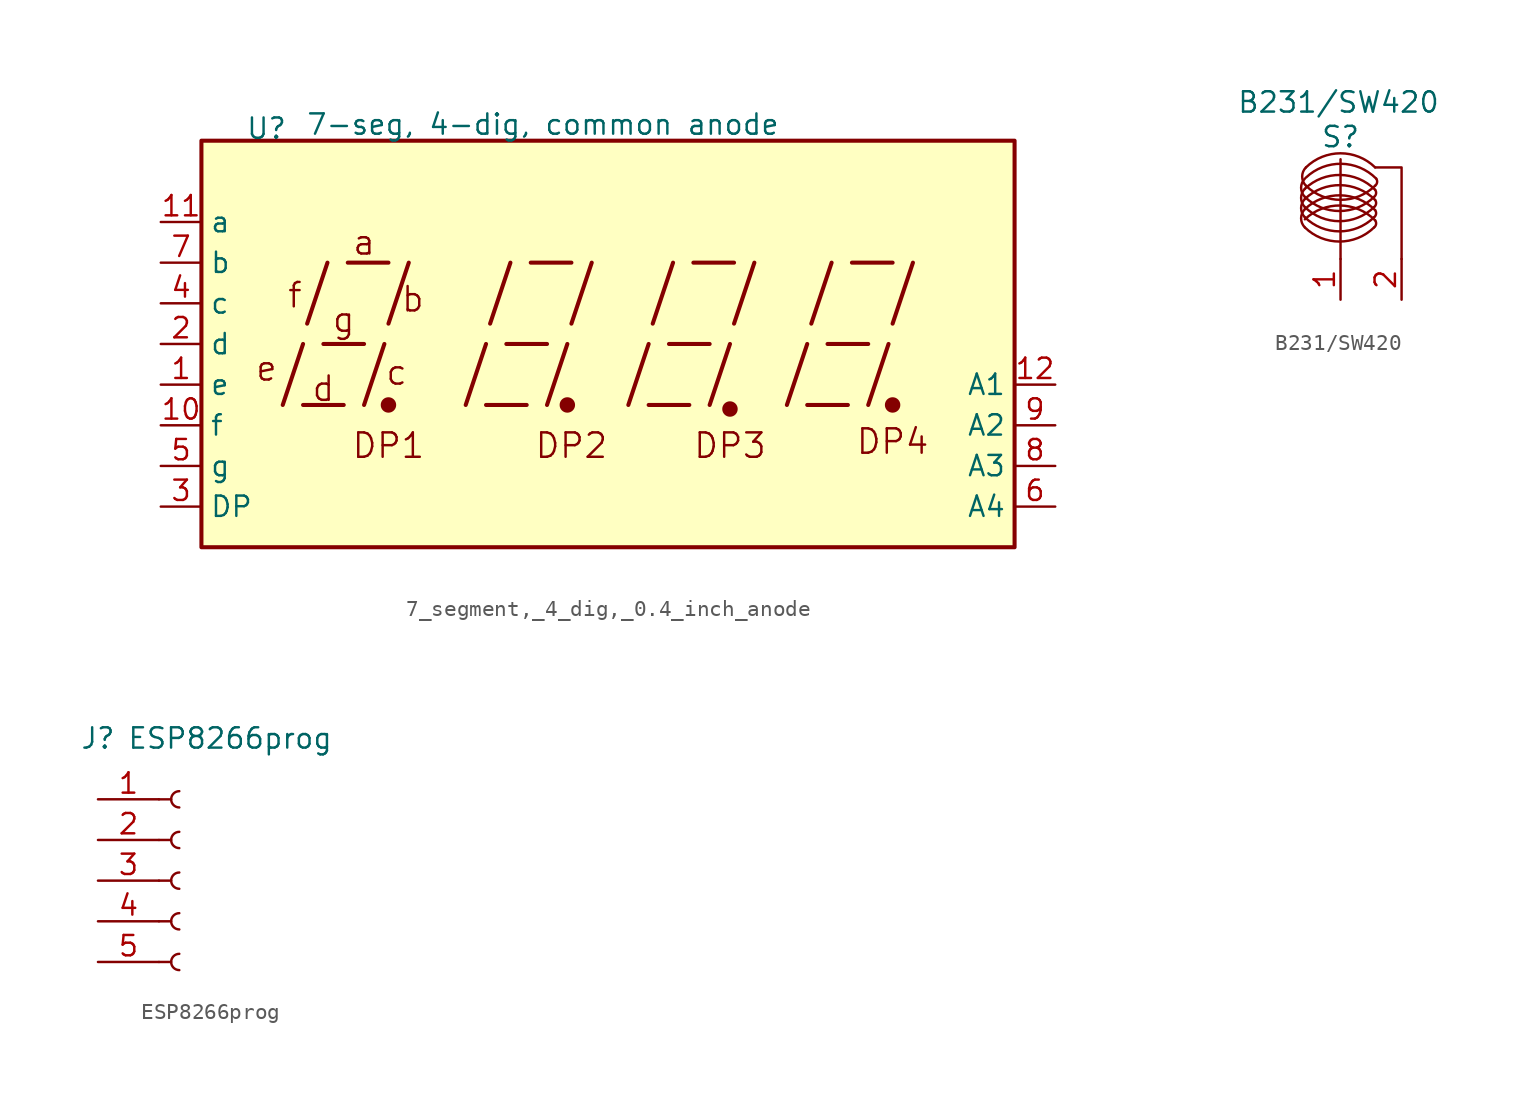
<source format=kicad_sym>
(kicad_symbol_lib
  (version 20231120)
  (generator "kicad_symbol_editor")
  (generator_version "8.0")
  (symbol "7_segment,_4_dig,_0.4_inch_anode"
    (property "Reference" "U"
      (at -21.336 13.462 0)
      (effects (font (size 1.27 1.27))))
    (property "Value" "7-seg, 4-dig, common anode"
      (at -4.064 13.716 0)
      (effects (font (size 1.27 1.27))))
    (symbol "7_segment,_4_dig,_0.4_inch_anode_0_0"
      (rectangle (start -25.4 12.7) (end 25.4 -12.7) (stroke (width 0.254) (type default)) (fill (type background)))
      (polyline (pts (xy -20.32 -3.81) (xy -19.05 0)) (stroke (width 0.254) (type default)) (fill (type none)))
      (polyline (pts (xy -19.05 -3.81) (xy -16.51 -3.81)) (stroke (width 0.254) (type default)) (fill (type none)))
      (polyline (pts (xy -18.796 1.27) (xy -17.526 5.08)) (stroke (width 0.254) (type default)) (fill (type none)))
      (polyline (pts (xy -17.78 0) (xy -15.24 0)) (stroke (width 0.254) (type default)) (fill (type none)))
      (polyline (pts (xy -16.256 5.08) (xy -13.716 5.08)) (stroke (width 0.254) (type default)) (fill (type none)))
      (polyline (pts (xy -15.24 -3.81) (xy -13.97 0)) (stroke (width 0.254) (type default)) (fill (type none)))
      (polyline (pts (xy -13.716 1.27) (xy -12.446 5.08)) (stroke (width 0.254) (type default)) (fill (type none)))
      (polyline (pts (xy -8.89 -3.81) (xy -7.62 0)) (stroke (width 0.254) (type default)) (fill (type none)))
      (polyline (pts (xy -7.62 -3.81) (xy -5.08 -3.81)) (stroke (width 0.254) (type default)) (fill (type none)))
      (polyline (pts (xy -7.366 1.27) (xy -6.096 5.08)) (stroke (width 0.254) (type default)) (fill (type none)))
      (polyline (pts (xy -6.35 0) (xy -3.81 0)) (stroke (width 0.254) (type default)) (fill (type none)))
      (polyline (pts (xy -4.826 5.08) (xy -2.286 5.08)) (stroke (width 0.254) (type default)) (fill (type none)))
      (polyline (pts (xy -3.81 -3.81) (xy -2.54 0)) (stroke (width 0.254) (type default)) (fill (type none)))
      (polyline (pts (xy -2.286 1.27) (xy -1.016 5.08)) (stroke (width 0.254) (type default)) (fill (type none)))
      (polyline (pts (xy 1.27 -3.81) (xy 2.54 0)) (stroke (width 0.254) (type default)) (fill (type none)))
      (polyline (pts (xy 2.54 -3.81) (xy 5.08 -3.81)) (stroke (width 0.254) (type default)) (fill (type none)))
      (polyline (pts (xy 2.794 1.27) (xy 4.064 5.08)) (stroke (width 0.254) (type default)) (fill (type none)))
      (polyline (pts (xy 3.81 0) (xy 6.35 0)) (stroke (width 0.254) (type default)) (fill (type none)))
      (polyline (pts (xy 5.334 5.08) (xy 7.874 5.08)) (stroke (width 0.254) (type default)) (fill (type none)))
      (polyline (pts (xy 6.35 -3.81) (xy 7.62 0)) (stroke (width 0.254) (type default)) (fill (type none)))
      (polyline (pts (xy 7.874 1.27) (xy 9.144 5.08)) (stroke (width 0.254) (type default)) (fill (type none)))
      (polyline (pts (xy 11.176 -3.81) (xy 12.446 0)) (stroke (width 0.254) (type default)) (fill (type none)))
      (polyline (pts (xy 12.446 -3.81) (xy 14.986 -3.81)) (stroke (width 0.254) (type default)) (fill (type none)))
      (polyline (pts (xy 12.7 1.27) (xy 13.97 5.08)) (stroke (width 0.254) (type default)) (fill (type none)))
      (polyline (pts (xy 13.716 0) (xy 16.256 0)) (stroke (width 0.254) (type default)) (fill (type none)))
      (polyline (pts (xy 15.24 5.08) (xy 17.78 5.08)) (stroke (width 0.254) (type default)) (fill (type none)))
      (polyline (pts (xy 16.256 -3.81) (xy 17.526 0)) (stroke (width 0.254) (type default)) (fill (type none)))
      (polyline (pts (xy 17.78 1.27) (xy 19.05 5.08)) (stroke (width 0.254) (type default)) (fill (type none)))
      (text "a" (at -15.24 6.35 0) (effects (font (size 1.524 1.524))))
      (text "b" (at -12.192 2.794 0) (effects (font (size 1.524 1.524))))
      (text "c" (at -13.208 -1.778 0) (effects (font (size 1.524 1.524))))
      (text "d" (at -17.78 -2.794 0) (effects (font (size 1.524 1.524))))
      (text "DP1" (at -13.716 -6.35 0) (effects (font (size 1.524 1.524))))
      (text "DP2" (at -2.286 -6.35 0) (effects (font (size 1.524 1.524))))
      (text "DP3" (at 7.62 -6.35 0) (effects (font (size 1.524 1.524))))
      (text "DP4" (at 17.78 -6.096 0) (effects (font (size 1.524 1.524))))
      (text "e" (at -21.336 -1.524 0) (effects (font (size 1.524 1.524))))
      (text "f" (at -19.558 3.048 0) (effects (font (size 1.524 1.524))))
      (text "g" (at -16.51 1.524 0) (effects (font (size 1.524 1.524)))))
    (symbol "7_segment,_4_dig,_0.4_inch_anode_0_1"
      (circle (center -13.716 -3.81) (radius 0.356) (stroke (width 0.254) (type default)) (fill (type outline)))
      (circle (center -2.54 -3.81) (radius 0.356) (stroke (width 0.254) (type default)) (fill (type outline))))
    (symbol "7_segment,_4_dig,_0.4_inch_anode_1_0"
      (circle (center 7.62 -4.064) (radius 0.356) (stroke (width 0.254) (type default)) (fill (type outline)))
      (circle (center 17.78 -3.81) (radius 0.356) (stroke (width 0.254) (type default)) (fill (type outline))))
    (symbol "7_segment,_4_dig,_0.4_inch_anode_1_1"
      (pin input line (at -27.94 -2.54 0) (length 2.54) (name "e" (effects (font (size 1.27 1.27)))) (number "1" (effects (font (size 1.27 1.27)))))
      (pin input line (at -27.94 -5.08 0) (length 2.54) (name "f" (effects (font (size 1.27 1.27)))) (number "10" (effects (font (size 1.27 1.27)))))
      (pin input line (at -27.94 7.62 0) (length 2.54) (name "a" (effects (font (size 1.27 1.27)))) (number "11" (effects (font (size 1.27 1.27)))))
      (pin input line (at 27.94 -2.54 180) (length 2.54) (name "A1" (effects (font (size 1.27 1.27)))) (number "12" (effects (font (size 1.27 1.27)))))
      (pin input line (at -27.94 0 0) (length 2.54) (name "d" (effects (font (size 1.27 1.27)))) (number "2" (effects (font (size 1.27 1.27)))))
      (pin input line (at -27.94 -10.16 0) (length 2.54) (name "DP" (effects (font (size 1.27 1.27)))) (number "3" (effects (font (size 1.27 1.27)))))
      (pin input line (at -27.94 2.54 0) (length 2.54) (name "c" (effects (font (size 1.27 1.27)))) (number "4" (effects (font (size 1.27 1.27)))))
      (pin input line (at -27.94 -7.62 0) (length 2.54) (name "g" (effects (font (size 1.27 1.27)))) (number "5" (effects (font (size 1.27 1.27)))))
      (pin input line (at 27.94 -10.16 180) (length 2.54) (name "A4" (effects (font (size 1.27 1.27)))) (number "6" (effects (font (size 1.27 1.27)))))
      (pin input line (at -27.94 5.08 0) (length 2.54) (name "b" (effects (font (size 1.27 1.27)))) (number "7" (effects (font (size 1.27 1.27)))))
      (pin input line (at 27.94 -7.62 180) (length 2.54) (name "A3" (effects (font (size 1.27 1.27)))) (number "8" (effects (font (size 1.27 1.27)))))
      (pin input line (at 27.94 -5.08 180) (length 2.54) (name "A2" (effects (font (size 1.27 1.27)))) (number "9" (effects (font (size 1.27 1.27)))))))
  (symbol "B231/SW420"
    (property "Reference" "S"
      (at 0 0 0)
      (effects (font (size 1.27 1.27))))
    (property "Value" "B231/SW420"
      (at -0.127 2.159 0)
      (effects (font (size 1.27 1.27))))
    (symbol "B231/SW420_0_1"
      (arc (start -2.2253 -5.6515) (mid -0.0663 -6.5316) (end 2.0927 -5.6515) (stroke (width 0) (type default)) (fill (type none)))
      (arc (start -2.2253 -5.0165) (mid -0.0663 -5.8966) (end 2.0927 -5.0165) (stroke (width 0) (type default)) (fill (type none)))
      (arc (start -2.2253 -4.5085) (mid -2.4612 -5.08) (end -2.2253 -5.6515) (stroke (width 0) (type default)) (fill (type none)))
      (arc (start -2.2253 -4.3815) (mid -0.0663 -5.2616) (end 2.0927 -4.3815) (stroke (width 0) (type default)) (fill (type none)))
      (arc (start -2.2253 -3.8735) (mid -2.4612 -4.445) (end -2.2253 -5.0165) (stroke (width 0) (type default)) (fill (type none)))
      (arc (start -2.2253 -3.7465) (mid -0.0663 -4.6266) (end 2.0927 -3.7465) (stroke (width 0) (type default)) (fill (type none)))
      (arc (start -2.2253 -3.2385) (mid -2.4612 -3.81) (end -2.2253 -4.3815) (stroke (width 0) (type default)) (fill (type none)))
      (arc (start -2.2253 -2.6035) (mid -2.4612 -3.175) (end -2.2253 -3.7465) (stroke (width 0) (type default)) (fill (type none)))
      (arc (start -2.159 -3.048) (mid 0 -3.9281) (end 2.159 -3.048) (stroke (width 0) (type default)) (fill (type none)))
      (arc (start -2.159 -1.905) (mid -2.3949 -2.4765) (end -2.159 -3.048) (stroke (width 0) (type default)) (fill (type none)))
      (polyline (pts (xy 0 -7.62) (xy 0 -1.397)) (stroke (width 0) (type default)) (fill (type none)))
      (polyline (pts (xy 3.81 -7.62) (xy 3.81 -1.905) (xy 2.159 -1.905)) (stroke (width 0) (type default)) (fill (type none)))
      (arc (start 2.0927 -5.6515) (mid 2.218 -5.4429) (end 2.159 -5.207) (stroke (width 0) (type default)) (fill (type none)))
      (arc (start 2.0927 -5.0165) (mid 2.218 -4.8079) (end 2.159 -4.572) (stroke (width 0) (type default)) (fill (type none)))
      (arc (start 2.0927 -4.3815) (mid 2.218 -4.1729) (end 2.159 -3.937) (stroke (width 0) (type default)) (fill (type none)))
      (arc (start 2.0927 -3.7465) (mid 2.218 -3.5379) (end 2.159 -3.302) (stroke (width 0) (type default)) (fill (type none)))
      (arc (start 2.159 -5.207) (mid -0.0202 -4.2819) (end -2.2253 -5.1435) (stroke (width 0) (type default)) (fill (type none)))
      (arc (start 2.159 -4.572) (mid -0.0202 -3.6469) (end -2.2253 -4.5085) (stroke (width 0) (type default)) (fill (type none)))
      (arc (start 2.159 -3.937) (mid -0.0202 -3.0119) (end -2.2253 -3.8735) (stroke (width 0) (type default)) (fill (type none)))
      (arc (start 2.159 -3.302) (mid -0.0202 -2.3769) (end -2.2253 -3.2385) (stroke (width 0) (type default)) (fill (type none)))
      (arc (start 2.159 -3.048) (mid 2.284 -2.8394) (end 2.2253 -2.6035) (stroke (width 0) (type default)) (fill (type none)))
      (arc (start 2.159 -1.905) (mid 0 -1.0241) (end -2.159 -1.905) (stroke (width 0) (type default)) (fill (type none)))
      (arc (start 2.2253 -2.6035) (mid 0.0461 -1.6784) (end -2.159 -2.54) (stroke (width 0) (type default)) (fill (type none))))
    (symbol "B231/SW420_1_1"
      (pin passive line (at 0 -10.16 90) (length 2.54) (name "" (effects (font (size 1.27 1.27)))) (number "1" (effects (font (size 1.27 1.27)))))
      (pin passive line (at 3.81 -10.16 90) (length 2.54) (name "" (effects (font (size 1.27 1.27)))) (number "2" (effects (font (size 1.27 1.27)))))))
  (symbol "ESP8266prog"
    (property "Reference" "J"
      (at 0 8.89 0)
      (effects (font (size 1.27 1.27))))
    (property "Value" "ESP8266prog"
      (at 8.255 8.89 0)
      (effects (font (size 1.27 1.27))))
    (symbol "ESP8266prog_1_1"
      (polyline (pts (xy 3.81 -5.08) (xy 4.572 -5.08)) (stroke (width 0.152) (type default)) (fill (type none)))
      (polyline (pts (xy 3.81 -2.54) (xy 4.572 -2.54)) (stroke (width 0.152) (type default)) (fill (type none)))
      (polyline (pts (xy 3.81 0) (xy 4.572 0)) (stroke (width 0.152) (type default)) (fill (type none)))
      (polyline (pts (xy 3.81 2.54) (xy 4.572 2.54)) (stroke (width 0.152) (type default)) (fill (type none)))
      (polyline (pts (xy 3.81 5.08) (xy 4.572 5.08)) (stroke (width 0.152) (type default)) (fill (type none)))
      (arc (start 5.08 -4.572) (mid 4.5742 -5.08) (end 5.08 -5.588) (stroke (width 0.1524) (type default)) (fill (type none)))
      (arc (start 5.08 -2.032) (mid 4.5742 -2.54) (end 5.08 -3.048) (stroke (width 0.1524) (type default)) (fill (type none)))
      (arc (start 5.08 0.508) (mid 4.5742 0) (end 5.08 -0.508) (stroke (width 0.1524) (type default)) (fill (type none)))
      (arc (start 5.08 3.048) (mid 4.5742 2.54) (end 5.08 2.032) (stroke (width 0.1524) (type default)) (fill (type none)))
      (arc (start 5.08 5.588) (mid 4.5742 5.08) (end 5.08 4.572) (stroke (width 0.1524) (type default)) (fill (type none)))
      (pin passive line (at 0 5.08 0) (length 3.81) (name "" (effects (font (size 1.27 1.27)))) (number "1" (effects (font (size 1.27 1.27)))))
      (pin passive line (at 0 2.54 0) (length 3.81) (name "" (effects (font (size 1.27 1.27)))) (number "2" (effects (font (size 1.27 1.27)))))
      (pin passive line (at 0 0 0) (length 3.81) (name "" (effects (font (size 1.27 1.27)))) (number "3" (effects (font (size 1.27 1.27)))))
      (pin passive line (at 0 -2.54 0) (length 3.81) (name "" (effects (font (size 1.27 1.27)))) (number "4" (effects (font (size 1.27 1.27)))))
      (pin passive line (at 0 -5.08 0) (length 3.81) (name "" (effects (font (size 1.27 1.27)))) (number "5" (effects (font (size 1.27 1.27))))))))
</source>
